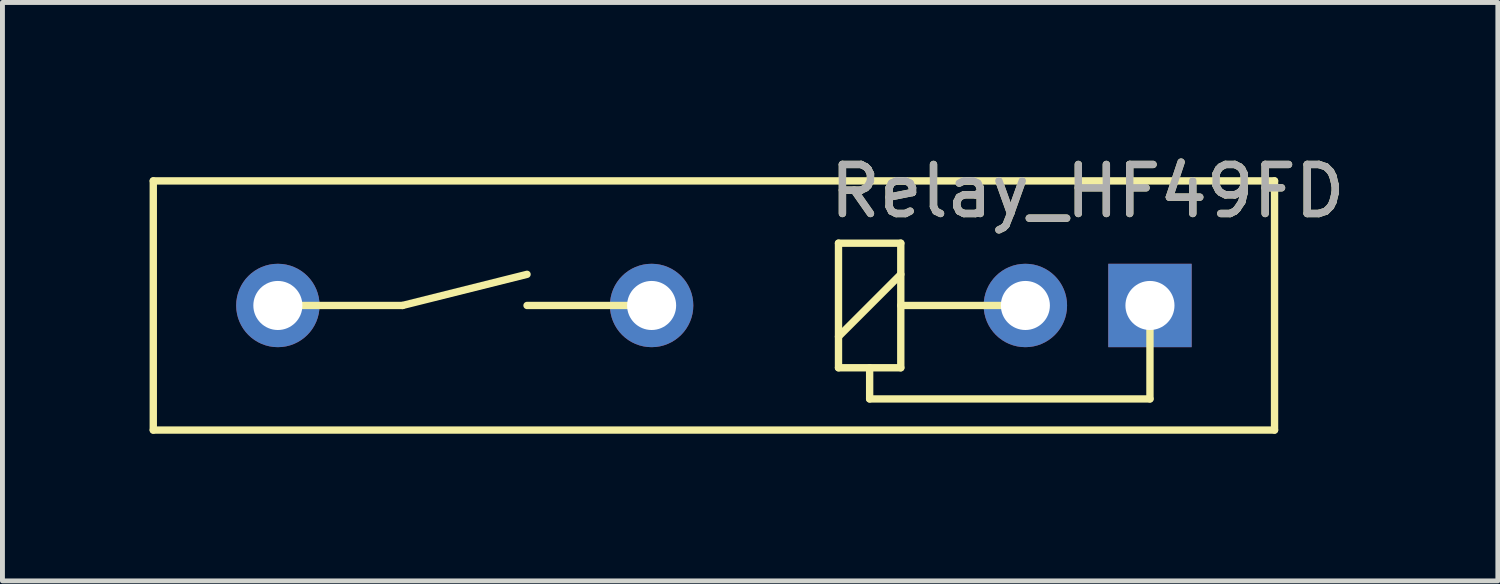
<source format=kicad_pcb>
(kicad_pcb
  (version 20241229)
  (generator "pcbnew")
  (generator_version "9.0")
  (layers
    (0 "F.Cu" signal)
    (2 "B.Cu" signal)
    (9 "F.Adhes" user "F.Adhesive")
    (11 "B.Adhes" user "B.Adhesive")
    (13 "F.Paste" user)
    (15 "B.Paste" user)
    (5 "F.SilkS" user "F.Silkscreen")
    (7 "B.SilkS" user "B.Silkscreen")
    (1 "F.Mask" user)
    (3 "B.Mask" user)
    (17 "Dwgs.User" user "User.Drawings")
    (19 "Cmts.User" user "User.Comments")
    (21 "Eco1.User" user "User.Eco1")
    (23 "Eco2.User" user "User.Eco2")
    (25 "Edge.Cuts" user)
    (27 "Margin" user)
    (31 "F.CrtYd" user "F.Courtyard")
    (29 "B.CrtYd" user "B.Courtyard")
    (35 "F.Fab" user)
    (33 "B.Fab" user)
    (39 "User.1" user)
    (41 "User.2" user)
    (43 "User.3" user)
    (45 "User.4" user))
  (footprint "Relay_HF49FD"
    (layer "F.Cu")
    (at 20.395 3.178)
    (property "Reference" "Relay_HF49FD" (at -1.27 -2.33 0) (layer "F.SilkS") (effects (font (size 1 1) (thickness 0.15))))
    (attr through_hole)
    (fp_line (start -20.32 -2.54) (end -20.32 2.54) (stroke (width 0.15) (type solid)) (layer "F.SilkS"))
    (fp_line (start -20.32 2.54) (end 2.54 2.54) (stroke (width 0.15) (type solid)) (layer "F.SilkS"))
    (fp_line (start -15.24 0) (end -17.78 0) (stroke (width 0.15) (type solid)) (layer "F.SilkS"))
    (fp_line (start -15.24 0) (end -12.7 -0.635) (stroke (width 0.15) (type solid)) (layer "F.SilkS"))
    (fp_line (start -12.7 0) (end -10.16 0) (stroke (width 0.15) (type solid)) (layer "F.SilkS"))
    (fp_line (start -6.35 -1.27) (end -6.35 1.27) (stroke (width 0.15) (type solid)) (layer "F.SilkS"))
    (fp_line (start -6.35 0.635) (end -5.08 -0.635) (stroke (width 0.15) (type solid)) (layer "F.SilkS"))
    (fp_line (start -6.35 1.27) (end -5.08 1.27) (stroke (width 0.15) (type solid)) (layer "F.SilkS"))
    (fp_line (start -5.715 1.27) (end -5.715 1.905) (stroke (width 0.15) (type solid)) (layer "F.SilkS"))
    (fp_line (start -5.715 1.905) (end 0 1.905) (stroke (width 0.15) (type solid)) (layer "F.SilkS"))
    (fp_line (start -5.08 -1.27) (end -6.35 -1.27) (stroke (width 0.15) (type solid)) (layer "F.SilkS"))
    (fp_line (start -5.08 1.27) (end -5.08 -1.27) (stroke (width 0.15) (type solid)) (layer "F.SilkS"))
    (fp_line (start -2.54 0) (end -5.08 0) (stroke (width 0.15) (type solid)) (layer "F.SilkS"))
    (fp_line (start 0 1.905) (end 0 0) (stroke (width 0.15) (type solid)) (layer "F.SilkS"))
    (fp_line (start 2.54 -2.54) (end -20.32 -2.54) (stroke (width 0.15) (type solid)) (layer "F.SilkS"))
    (fp_line (start 2.54 2.54) (end 2.54 -2.54) (stroke (width 0.15) (type solid)) (layer "F.SilkS"))
    (fp_text user "${REFERENCE}" (at -1.27 -2.33 0) (layer "F.Fab") (effects (font (size 1 1) (thickness 0.15))))
    (pad "1" thru_hole rect (at 0 0) (size 1.7 1.7) (drill 1) (layers "*.Cu" "*.Mask"))
    (pad "2" thru_hole oval (at -2.54 0) (size 1.7 1.7) (drill 1) (layers "*.Cu" "*.Mask"))
    (pad "3" thru_hole oval (at -10.16 0) (size 1.7 1.7) (drill 1) (layers "*.Cu" "*.Mask"))
    (pad "4" thru_hole oval (at -17.78 0) (size 1.7 1.7) (drill 1) (layers "*.Cu" "*.Mask")))
  (gr_rect
    (start -3 -3)
    (end 27.488 8.793)
    (stroke (width 0.1) (type default))
    (fill no)
    (layer "Edge.Cuts")))
</source>
